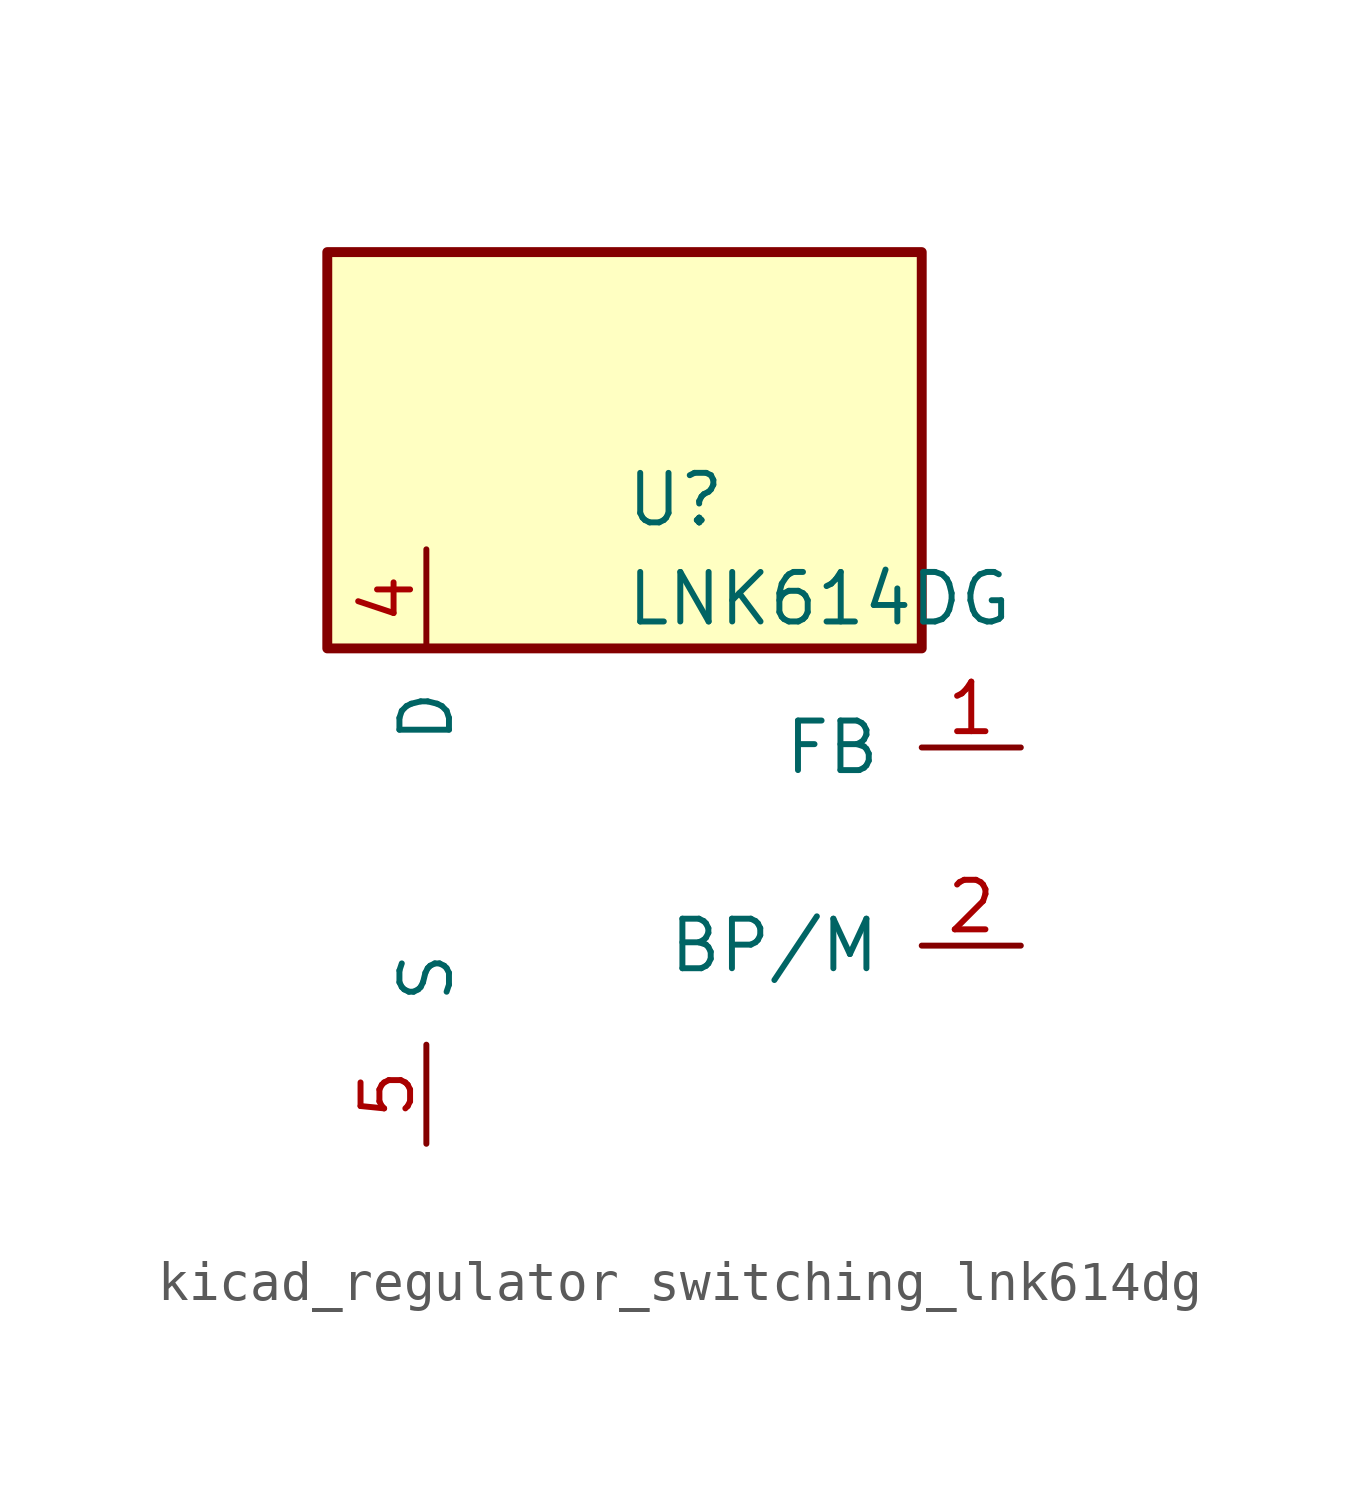
<source format=kicad_sym>
(kicad_symbol_lib
  (version 20220914)
  (generator kicad_symbol_editor)
  (symbol "kicad_regulator_switching_lnk614dg"
    (pin_names
      (offset 1.016))
    (property "Reference" "U"
      (at 0 8.89 0)
      (effects (font (size 1.27 1.27)) (justify left)))
    (property "Value" "LNK614DG"
      (at 0 6.35 0)
      (effects (font (size 1.27 1.27)) (justify left)))
    (symbol "kicad_regulator_switching_lnk614dg_0_1"
      (rectangle (start 7.62 15.24) (end -7.62 5.08) (stroke (width 0.254) (type default)) (fill (type background))))
    (symbol "kicad_regulator_switching_lnk614dg_1_1"
      (pin input line (at 10.16 2.54 180) (length 2.54) (name "FB" (effects (font (size 1.27 1.27)))) (number "1" (effects (font (size 1.27 1.27)))))
      (pin input line (at 10.16 -2.54 180) (length 2.54) (name "BP/M" (effects (font (size 1.27 1.27)))) (number "2" (effects (font (size 1.27 1.27)))))
      (pin open_collector line (at -5.08 7.62 270) (length 2.54) (name "D" (effects (font (size 1.27 1.27)))) (number "4" (effects (font (size 1.27 1.27)))))
      (pin power_in line (at -5.08 -7.62 90) (length 2.54) (name "S" (effects (font (size 1.27 1.27)))) (number "5" (effects (font (size 1.27 1.27)))))
      (pin passive line (at -5.08 -7.62 90) (length 2.54) hide (name "S" (effects (font (size 1.27 1.27)))) (number "6" (effects (font (size 1.27 1.27)))))
      (pin passive line (at -5.08 -7.62 90) (length 2.54) hide (name "S" (effects (font (size 1.27 1.27)))) (number "7" (effects (font (size 1.27 1.27)))))
      (pin passive line (at -5.08 -7.62 90) (length 2.54) hide (name "S" (effects (font (size 1.27 1.27)))) (number "8" (effects (font (size 1.27 1.27))))))))
</source>
